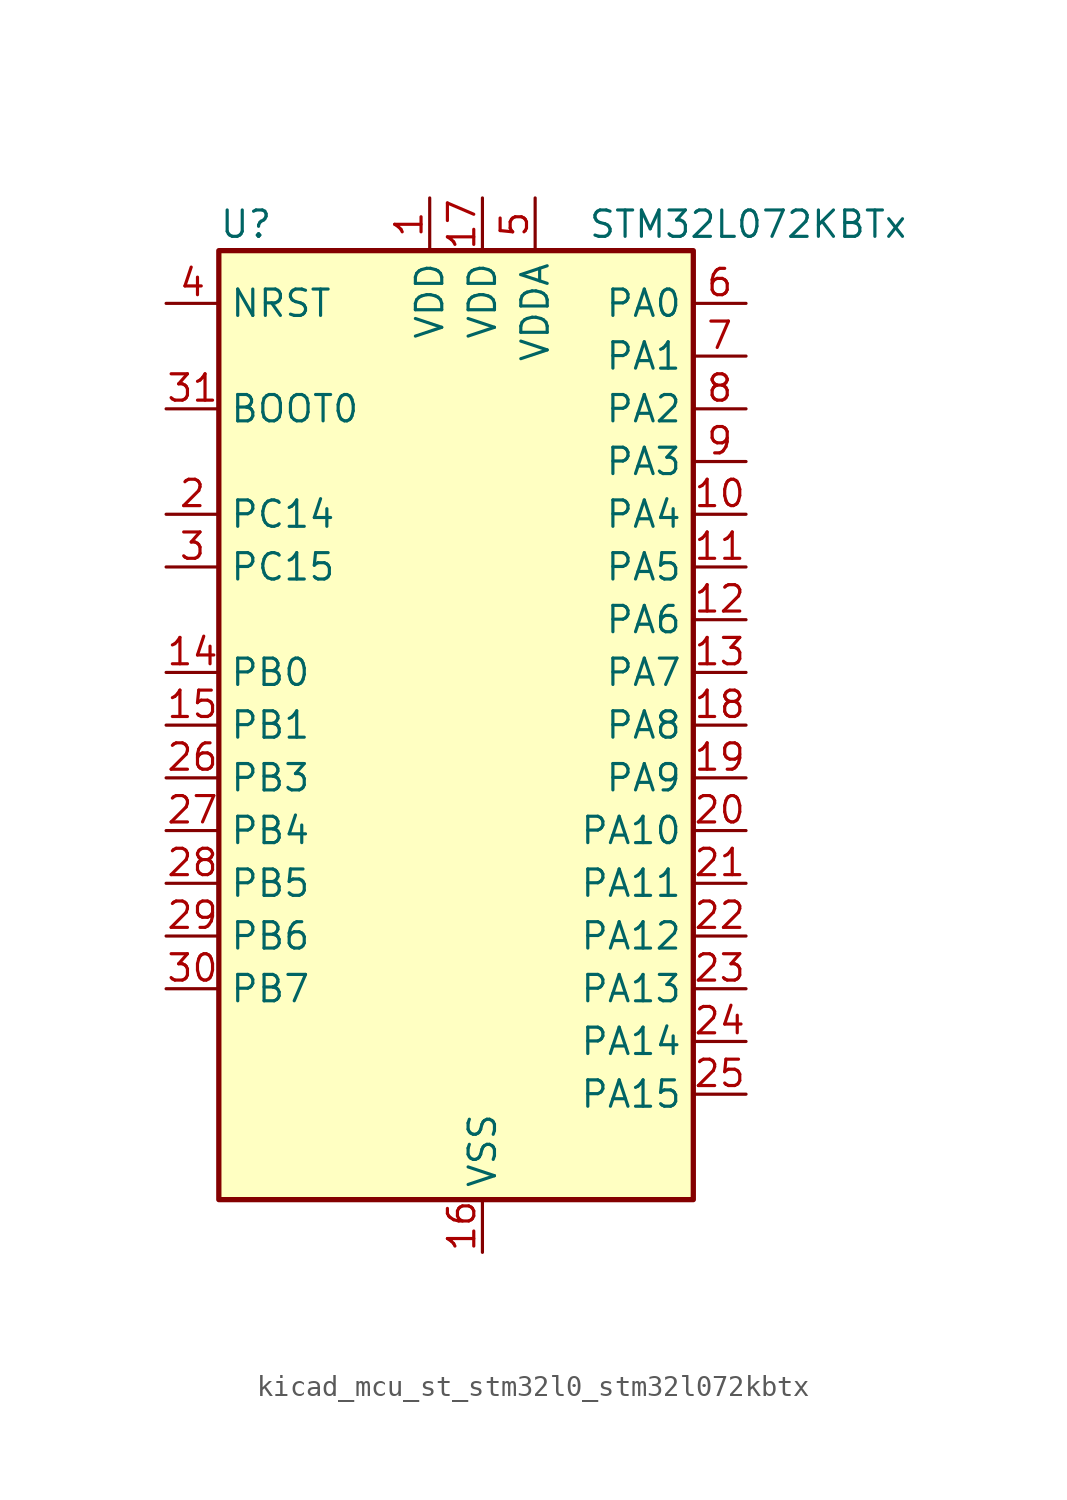
<source format=kicad_sym>
(kicad_symbol_lib
  (version 20220914)
  (generator kicad_symbol_editor)
  (symbol "kicad_mcu_st_stm32l0_stm32l072kbtx"
    (property "Reference" "U"
      (at -10.16 24.13 0)
      (effects (font (size 1.27 1.27)) (justify left)))
    (property "Value" "STM32L072KBTx"
      (at 7.62 24.13 0)
      (effects (font (size 1.27 1.27)) (justify left)))
    (property "ki_locked" ""
      (at 0 0 0)
      (effects (font (size 1.27 1.27))))
    (symbol "kicad_mcu_st_stm32l0_stm32l072kbtx_0_1"
      (rectangle (start -10.16 -22.86) (end 12.7 22.86) (stroke (width 0.254) (type default)) (fill (type background))))
    (symbol "kicad_mcu_st_stm32l0_stm32l072kbtx_1_1"
      (pin power_in line (at 0 25.4 270) (length 2.54) (name "VDD" (effects (font (size 1.27 1.27)))) (number "1" (effects (font (size 1.27 1.27)))))
      (pin bidirectional line (at 15.24 10.16 180) (length 2.54) (name "PA4" (effects (font (size 1.27 1.27)))) (number "10" (effects (font (size 1.27 1.27)))) (alternate "ADC_IN4" bidirectional line) (alternate "COMP1_INM" bidirectional line) (alternate "COMP2_INM" bidirectional line) (alternate "DAC_OUT1" bidirectional line) (alternate "SPI1_NSS" bidirectional line) (alternate "TIM22_ETR" bidirectional line) (alternate "TSC_G2_IO1" bidirectional line) (alternate "USART2_CK" bidirectional line))
      (pin bidirectional line (at 15.24 7.62 180) (length 2.54) (name "PA5" (effects (font (size 1.27 1.27)))) (number "11" (effects (font (size 1.27 1.27)))) (alternate "ADC_IN5" bidirectional line) (alternate "COMP1_INM" bidirectional line) (alternate "COMP2_INM" bidirectional line) (alternate "DAC_OUT2" bidirectional line) (alternate "SPI1_SCK" bidirectional line) (alternate "TIM2_CH1" bidirectional line) (alternate "TIM2_ETR" bidirectional line) (alternate "TSC_G2_IO2" bidirectional line))
      (pin bidirectional line (at 15.24 5.08 180) (length 2.54) (name "PA6" (effects (font (size 1.27 1.27)))) (number "12" (effects (font (size 1.27 1.27)))) (alternate "ADC_IN6" bidirectional line) (alternate "COMP1_OUT" bidirectional line) (alternate "LPUART1_CTS" bidirectional line) (alternate "SPI1_MISO" bidirectional line) (alternate "TIM22_CH1" bidirectional line) (alternate "TIM3_CH1" bidirectional line) (alternate "TSC_G2_IO3" bidirectional line))
      (pin bidirectional line (at 15.24 2.54 180) (length 2.54) (name "PA7" (effects (font (size 1.27 1.27)))) (number "13" (effects (font (size 1.27 1.27)))) (alternate "ADC_IN7" bidirectional line) (alternate "COMP2_OUT" bidirectional line) (alternate "SPI1_MOSI" bidirectional line) (alternate "TIM22_CH2" bidirectional line) (alternate "TIM3_CH2" bidirectional line) (alternate "TSC_G2_IO4" bidirectional line))
      (pin bidirectional line (at -12.7 2.54 0) (length 2.54) (name "PB0" (effects (font (size 1.27 1.27)))) (number "14" (effects (font (size 1.27 1.27)))) (alternate "ADC_IN8" bidirectional line) (alternate "SYS_VREF_OUT_PB0" bidirectional line) (alternate "TIM3_CH3" bidirectional line) (alternate "TSC_G3_IO2" bidirectional line))
      (pin bidirectional line (at -12.7 0 0) (length 2.54) (name "PB1" (effects (font (size 1.27 1.27)))) (number "15" (effects (font (size 1.27 1.27)))) (alternate "ADC_IN9" bidirectional line) (alternate "LPUART1_DE" bidirectional line) (alternate "LPUART1_RTS" bidirectional line) (alternate "SYS_VREF_OUT_PB1" bidirectional line) (alternate "TIM3_CH4" bidirectional line) (alternate "TSC_G3_IO3" bidirectional line))
      (pin power_in line (at 2.54 -25.4 90) (length 2.54) (name "VSS" (effects (font (size 1.27 1.27)))) (number "16" (effects (font (size 1.27 1.27)))))
      (pin power_in line (at 2.54 25.4 270) (length 2.54) (name "VDD" (effects (font (size 1.27 1.27)))) (number "17" (effects (font (size 1.27 1.27)))))
      (pin bidirectional line (at 15.24 0 180) (length 2.54) (name "PA8" (effects (font (size 1.27 1.27)))) (number "18" (effects (font (size 1.27 1.27)))) (alternate "CRS_SYNC" bidirectional line) (alternate "I2C3_SCL" bidirectional line) (alternate "RCC_MCO" bidirectional line) (alternate "USART1_CK" bidirectional line))
      (pin bidirectional line (at 15.24 -2.54 180) (length 2.54) (name "PA9" (effects (font (size 1.27 1.27)))) (number "19" (effects (font (size 1.27 1.27)))) (alternate "DAC_EXTI9" bidirectional line) (alternate "I2C1_SCL" bidirectional line) (alternate "I2C3_SMBA" bidirectional line) (alternate "RCC_MCO" bidirectional line) (alternate "TSC_G4_IO1" bidirectional line) (alternate "USART1_TX" bidirectional line))
      (pin bidirectional line (at -12.7 10.16 0) (length 2.54) (name "PC14" (effects (font (size 1.27 1.27)))) (number "2" (effects (font (size 1.27 1.27)))) (alternate "RCC_OSC32_IN" bidirectional line))
      (pin bidirectional line (at 15.24 -5.08 180) (length 2.54) (name "PA10" (effects (font (size 1.27 1.27)))) (number "20" (effects (font (size 1.27 1.27)))) (alternate "I2C1_SDA" bidirectional line) (alternate "TSC_G4_IO2" bidirectional line) (alternate "USART1_RX" bidirectional line))
      (pin bidirectional line (at 15.24 -7.62 180) (length 2.54) (name "PA11" (effects (font (size 1.27 1.27)))) (number "21" (effects (font (size 1.27 1.27)))) (alternate "ADC_EXTI11" bidirectional line) (alternate "COMP1_OUT" bidirectional line) (alternate "SPI1_MISO" bidirectional line) (alternate "TSC_G4_IO3" bidirectional line) (alternate "USART1_CTS" bidirectional line) (alternate "USB_DM" bidirectional line))
      (pin bidirectional line (at 15.24 -10.16 180) (length 2.54) (name "PA12" (effects (font (size 1.27 1.27)))) (number "22" (effects (font (size 1.27 1.27)))) (alternate "COMP2_OUT" bidirectional line) (alternate "SPI1_MOSI" bidirectional line) (alternate "TSC_G4_IO4" bidirectional line) (alternate "USART1_DE" bidirectional line) (alternate "USART1_RTS" bidirectional line) (alternate "USB_DP" bidirectional line))
      (pin bidirectional line (at 15.24 -12.7 180) (length 2.54) (name "PA13" (effects (font (size 1.27 1.27)))) (number "23" (effects (font (size 1.27 1.27)))) (alternate "LPUART1_RX" bidirectional line) (alternate "SYS_SWDIO" bidirectional line) (alternate "USB_NOE" bidirectional line))
      (pin bidirectional line (at 15.24 -15.24 180) (length 2.54) (name "PA14" (effects (font (size 1.27 1.27)))) (number "24" (effects (font (size 1.27 1.27)))) (alternate "LPUART1_TX" bidirectional line) (alternate "SYS_SWCLK" bidirectional line) (alternate "USART2_TX" bidirectional line))
      (pin bidirectional line (at 15.24 -17.78 180) (length 2.54) (name "PA15" (effects (font (size 1.27 1.27)))) (number "25" (effects (font (size 1.27 1.27)))) (alternate "SPI1_NSS" bidirectional line) (alternate "TIM2_CH1" bidirectional line) (alternate "TIM2_ETR" bidirectional line) (alternate "USART2_RX" bidirectional line) (alternate "USART4_DE" bidirectional line) (alternate "USART4_RTS" bidirectional line))
      (pin bidirectional line (at -12.7 -2.54 0) (length 2.54) (name "PB3" (effects (font (size 1.27 1.27)))) (number "26" (effects (font (size 1.27 1.27)))) (alternate "COMP2_INM" bidirectional line) (alternate "SPI1_SCK" bidirectional line) (alternate "TIM2_CH2" bidirectional line) (alternate "TSC_G5_IO1" bidirectional line) (alternate "USART1_DE" bidirectional line) (alternate "USART1_RTS" bidirectional line) (alternate "USART5_TX" bidirectional line))
      (pin bidirectional line (at -12.7 -5.08 0) (length 2.54) (name "PB4" (effects (font (size 1.27 1.27)))) (number "27" (effects (font (size 1.27 1.27)))) (alternate "COMP2_INP" bidirectional line) (alternate "I2C3_SDA" bidirectional line) (alternate "SPI1_MISO" bidirectional line) (alternate "TIM22_CH1" bidirectional line) (alternate "TIM3_CH1" bidirectional line) (alternate "TSC_G5_IO2" bidirectional line) (alternate "USART1_CTS" bidirectional line) (alternate "USART5_RX" bidirectional line))
      (pin bidirectional line (at -12.7 -7.62 0) (length 2.54) (name "PB5" (effects (font (size 1.27 1.27)))) (number "28" (effects (font (size 1.27 1.27)))) (alternate "COMP2_INP" bidirectional line) (alternate "I2C1_SMBA" bidirectional line) (alternate "LPTIM1_IN1" bidirectional line) (alternate "SPI1_MOSI" bidirectional line) (alternate "TIM22_CH2" bidirectional line) (alternate "TIM3_CH2" bidirectional line) (alternate "USART1_CK" bidirectional line) (alternate "USART5_CK" bidirectional line) (alternate "USART5_DE" bidirectional line) (alternate "USART5_RTS" bidirectional line))
      (pin bidirectional line (at -12.7 -10.16 0) (length 2.54) (name "PB6" (effects (font (size 1.27 1.27)))) (number "29" (effects (font (size 1.27 1.27)))) (alternate "COMP2_INP" bidirectional line) (alternate "I2C1_SCL" bidirectional line) (alternate "LPTIM1_ETR" bidirectional line) (alternate "TSC_G5_IO3" bidirectional line) (alternate "USART1_TX" bidirectional line))
      (pin bidirectional line (at -12.7 7.62 0) (length 2.54) (name "PC15" (effects (font (size 1.27 1.27)))) (number "3" (effects (font (size 1.27 1.27)))) (alternate "RCC_OSC32_OUT" bidirectional line))
      (pin bidirectional line (at -12.7 -12.7 0) (length 2.54) (name "PB7" (effects (font (size 1.27 1.27)))) (number "30" (effects (font (size 1.27 1.27)))) (alternate "COMP2_INP" bidirectional line) (alternate "I2C1_SDA" bidirectional line) (alternate "LPTIM1_IN2" bidirectional line) (alternate "SYS_PVD_IN" bidirectional line) (alternate "TSC_G5_IO4" bidirectional line) (alternate "USART1_RX" bidirectional line) (alternate "USART4_CTS" bidirectional line))
      (pin input line (at -12.7 15.24 0) (length 2.54) (name "BOOT0" (effects (font (size 1.27 1.27)))) (number "31" (effects (font (size 1.27 1.27)))))
      (pin passive line (at 2.54 -25.4 90) (length 2.54) hide (name "VSS" (effects (font (size 1.27 1.27)))) (number "32" (effects (font (size 1.27 1.27)))))
      (pin input line (at -12.7 20.32 0) (length 2.54) (name "NRST" (effects (font (size 1.27 1.27)))) (number "4" (effects (font (size 1.27 1.27)))))
      (pin power_in line (at 5.08 25.4 270) (length 2.54) (name "VDDA" (effects (font (size 1.27 1.27)))) (number "5" (effects (font (size 1.27 1.27)))))
      (pin bidirectional line (at 15.24 20.32 180) (length 2.54) (name "PA0" (effects (font (size 1.27 1.27)))) (number "6" (effects (font (size 1.27 1.27)))) (alternate "ADC_IN0" bidirectional line) (alternate "COMP1_INM" bidirectional line) (alternate "COMP1_OUT" bidirectional line) (alternate "RTC_TAMP2" bidirectional line) (alternate "SYS_WKUP1" bidirectional line) (alternate "TIM2_CH1" bidirectional line) (alternate "TIM2_ETR" bidirectional line) (alternate "TSC_G1_IO1" bidirectional line) (alternate "USART2_CTS" bidirectional line) (alternate "USART4_TX" bidirectional line))
      (pin bidirectional line (at 15.24 17.78 180) (length 2.54) (name "PA1" (effects (font (size 1.27 1.27)))) (number "7" (effects (font (size 1.27 1.27)))) (alternate "ADC_IN1" bidirectional line) (alternate "COMP1_INP" bidirectional line) (alternate "TIM21_ETR" bidirectional line) (alternate "TIM2_CH2" bidirectional line) (alternate "TSC_G1_IO2" bidirectional line) (alternate "USART2_DE" bidirectional line) (alternate "USART2_RTS" bidirectional line) (alternate "USART4_RX" bidirectional line))
      (pin bidirectional line (at 15.24 15.24 180) (length 2.54) (name "PA2" (effects (font (size 1.27 1.27)))) (number "8" (effects (font (size 1.27 1.27)))) (alternate "ADC_IN2" bidirectional line) (alternate "COMP2_INM" bidirectional line) (alternate "COMP2_OUT" bidirectional line) (alternate "LPUART1_TX" bidirectional line) (alternate "TIM21_CH1" bidirectional line) (alternate "TIM2_CH3" bidirectional line) (alternate "TSC_G1_IO3" bidirectional line) (alternate "USART2_TX" bidirectional line))
      (pin bidirectional line (at 15.24 12.7 180) (length 2.54) (name "PA3" (effects (font (size 1.27 1.27)))) (number "9" (effects (font (size 1.27 1.27)))) (alternate "ADC_IN3" bidirectional line) (alternate "COMP2_INP" bidirectional line) (alternate "LPUART1_RX" bidirectional line) (alternate "TIM21_CH2" bidirectional line) (alternate "TIM2_CH4" bidirectional line) (alternate "TSC_G1_IO4" bidirectional line) (alternate "USART2_RX" bidirectional line)))))
</source>
